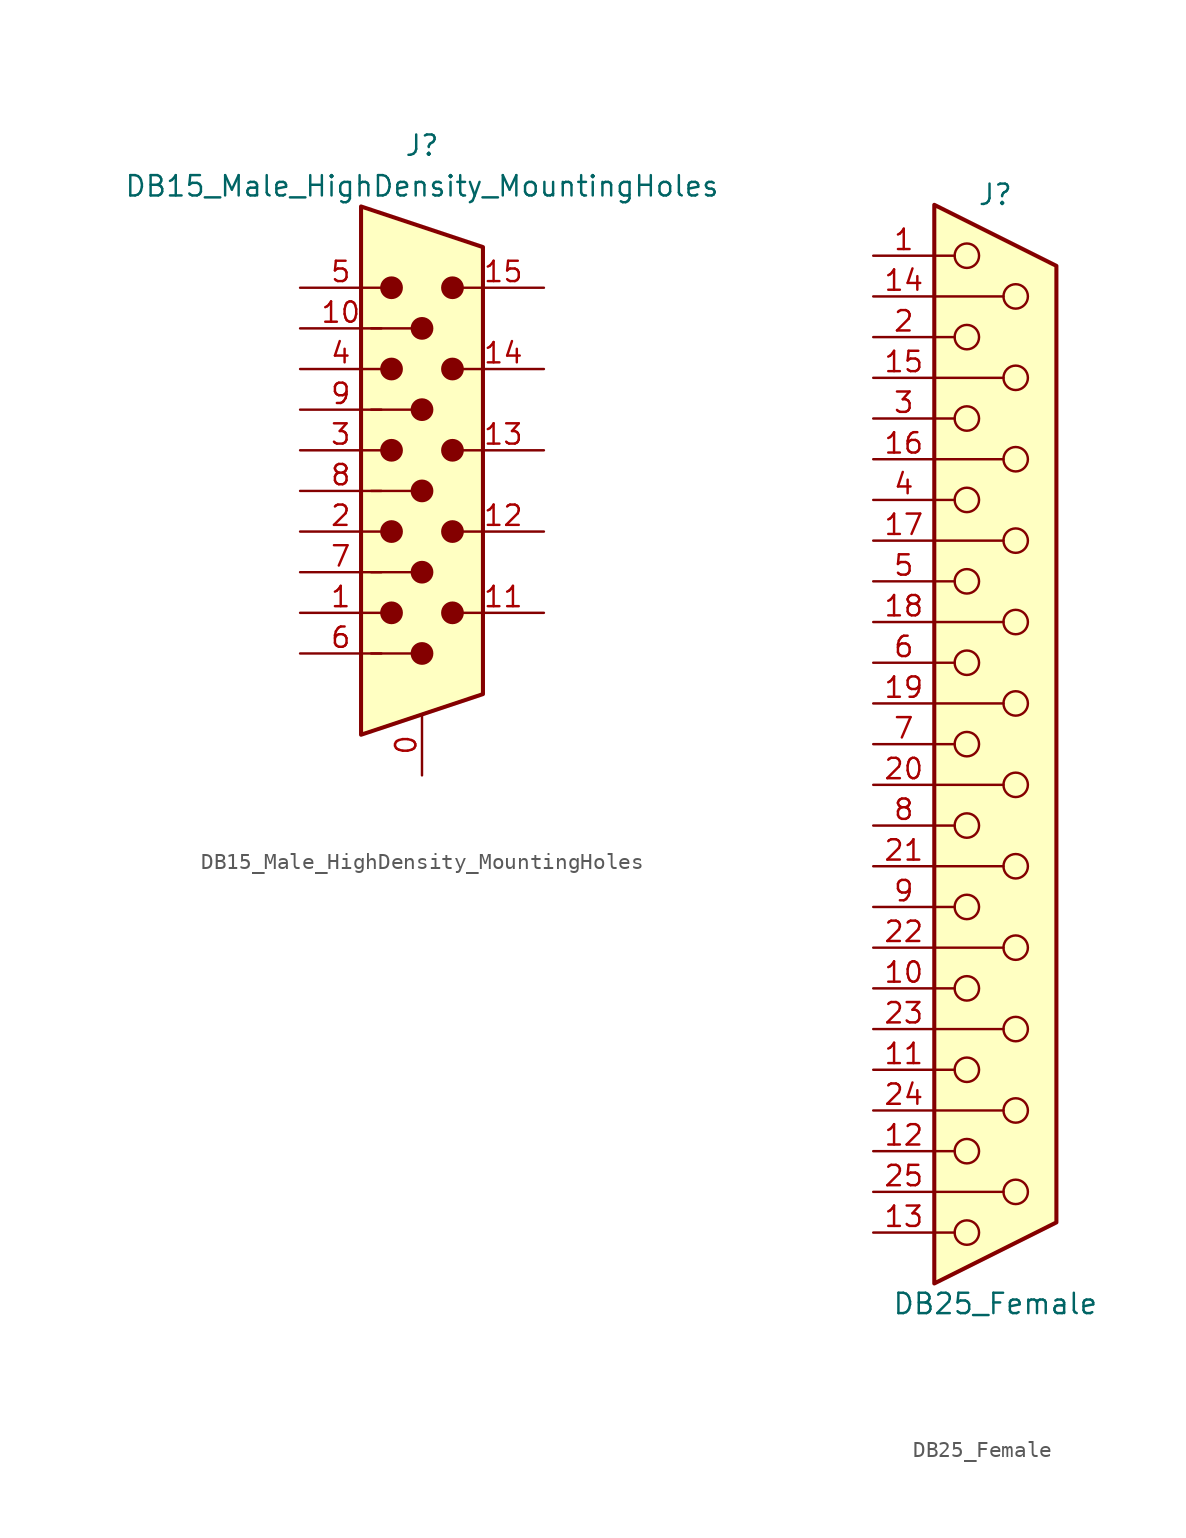
<source format=kicad_sym>
(kicad_symbol_lib
  (version 20220914)
  (generator kicad_symbol_editor)
  (symbol "DB15_Male_HighDensity_MountingHoles"
    (pin_names
      (offset 1.016) hide)
    (property "Reference" "J"
      (at 0 21.59 0)
      (effects (font (size 1.27 1.27))))
    (property "Value" "DB15_Male_HighDensity_MountingHoles"
      (at 0 19.05 0)
      (effects (font (size 1.27 1.27))))
    (symbol "DB15_Male_HighDensity_MountingHoles_0_1"
      (circle (center -1.905 -7.62) (radius 0.635) (stroke (width 0) (type default)) (fill (type outline)))
      (circle (center -1.905 -2.54) (radius 0.635) (stroke (width 0) (type default)) (fill (type outline)))
      (circle (center -1.905 2.54) (radius 0.635) (stroke (width 0) (type default)) (fill (type outline)))
      (circle (center -1.905 7.62) (radius 0.635) (stroke (width 0) (type default)) (fill (type outline)))
      (circle (center -1.905 12.7) (radius 0.635) (stroke (width 0) (type default)) (fill (type outline)))
      (circle (center 0 -10.16) (radius 0.635) (stroke (width 0) (type default)) (fill (type outline)))
      (circle (center 0 -5.08) (radius 0.635) (stroke (width 0) (type default)) (fill (type outline)))
      (polyline (pts (xy -3.175 -5.08) (xy -0.635 -5.08)) (stroke (width 0) (type default)) (fill (type none)))
      (polyline (pts (xy -0.635 -10.16) (xy -3.175 -10.16)) (stroke (width 0) (type default)) (fill (type none)))
      (polyline (pts (xy -0.635 0) (xy -3.175 0)) (stroke (width 0) (type default)) (fill (type none)))
      (polyline (pts (xy -0.635 5.08) (xy -3.175 5.08)) (stroke (width 0) (type default)) (fill (type none)))
      (polyline (pts (xy -0.635 10.16) (xy -3.175 10.16)) (stroke (width 0) (type default)) (fill (type none)))
      (polyline (pts (xy -3.81 17.78) (xy -3.81 -15.24) (xy 3.81 -12.7) (xy 3.81 15.24) (xy -3.81 17.78)) (stroke (width 0.254) (type default)) (fill (type background)))
      (circle (center 0 0) (radius 0.635) (stroke (width 0) (type default)) (fill (type outline)))
      (circle (center 0 5.08) (radius 0.635) (stroke (width 0) (type default)) (fill (type outline)))
      (circle (center 0 10.16) (radius 0.635) (stroke (width 0) (type default)) (fill (type outline)))
      (circle (center 1.905 -7.62) (radius 0.635) (stroke (width 0) (type default)) (fill (type outline)))
      (circle (center 1.905 -2.54) (radius 0.635) (stroke (width 0) (type default)) (fill (type outline)))
      (circle (center 1.905 2.54) (radius 0.635) (stroke (width 0) (type default)) (fill (type outline)))
      (circle (center 1.905 7.62) (radius 0.635) (stroke (width 0) (type default)) (fill (type outline)))
      (circle (center 1.905 12.7) (radius 0.635) (stroke (width 0) (type default)) (fill (type outline))))
    (symbol "DB15_Male_HighDensity_MountingHoles_1_1"
      (pin passive line (at 0 -17.78 90) (length 3.81) (name "~" (effects (font (size 1.27 1.27)))) (number "0" (effects (font (size 1.27 1.27)))))
      (pin passive line (at -7.62 -7.62 0) (length 5.08) (name "~" (effects (font (size 1.27 1.27)))) (number "1" (effects (font (size 1.27 1.27)))))
      (pin passive line (at -7.62 10.16 0) (length 5.08) (name "~" (effects (font (size 1.27 1.27)))) (number "10" (effects (font (size 1.27 1.27)))))
      (pin passive line (at 7.62 -7.62 180) (length 5.08) (name "~" (effects (font (size 1.27 1.27)))) (number "11" (effects (font (size 1.27 1.27)))))
      (pin passive line (at 7.62 -2.54 180) (length 5.08) (name "~" (effects (font (size 1.27 1.27)))) (number "12" (effects (font (size 1.27 1.27)))))
      (pin passive line (at 7.62 2.54 180) (length 5.08) (name "~" (effects (font (size 1.27 1.27)))) (number "13" (effects (font (size 1.27 1.27)))))
      (pin passive line (at 7.62 7.62 180) (length 5.08) (name "~" (effects (font (size 1.27 1.27)))) (number "14" (effects (font (size 1.27 1.27)))))
      (pin passive line (at 7.62 12.7 180) (length 5.08) (name "~" (effects (font (size 1.27 1.27)))) (number "15" (effects (font (size 1.27 1.27)))))
      (pin passive line (at -7.62 -2.54 0) (length 5.08) (name "~" (effects (font (size 1.27 1.27)))) (number "2" (effects (font (size 1.27 1.27)))))
      (pin passive line (at -7.62 2.54 0) (length 5.08) (name "~" (effects (font (size 1.27 1.27)))) (number "3" (effects (font (size 1.27 1.27)))))
      (pin passive line (at -7.62 7.62 0) (length 5.08) (name "~" (effects (font (size 1.27 1.27)))) (number "4" (effects (font (size 1.27 1.27)))))
      (pin passive line (at -7.62 12.7 0) (length 5.08) (name "~" (effects (font (size 1.27 1.27)))) (number "5" (effects (font (size 1.27 1.27)))))
      (pin passive line (at -7.62 -10.16 0) (length 5.08) (name "~" (effects (font (size 1.27 1.27)))) (number "6" (effects (font (size 1.27 1.27)))))
      (pin passive line (at -7.62 -5.08 0) (length 5.08) (name "~" (effects (font (size 1.27 1.27)))) (number "7" (effects (font (size 1.27 1.27)))))
      (pin passive line (at -7.62 0 0) (length 5.08) (name "~" (effects (font (size 1.27 1.27)))) (number "8" (effects (font (size 1.27 1.27)))))
      (pin passive line (at -7.62 5.08 0) (length 5.08) (name "~" (effects (font (size 1.27 1.27)))) (number "9" (effects (font (size 1.27 1.27)))))))
  (symbol "DB25_Female"
    (pin_names
      (offset 1.016) hide)
    (property "Reference" "J"
      (at 0 34.29 0)
      (effects (font (size 1.27 1.27))))
    (property "Value" "DB25_Female"
      (at 0 -34.925 0)
      (effects (font (size 1.27 1.27))))
    (symbol "DB25_Female_0_1"
      (circle (center -1.778 -30.48) (radius 0.762) (stroke (width 0) (type default)) (fill (type none)))
      (circle (center -1.778 -25.4) (radius 0.762) (stroke (width 0) (type default)) (fill (type none)))
      (circle (center -1.778 -20.32) (radius 0.762) (stroke (width 0) (type default)) (fill (type none)))
      (circle (center -1.778 -15.24) (radius 0.762) (stroke (width 0) (type default)) (fill (type none)))
      (circle (center -1.778 -10.16) (radius 0.762) (stroke (width 0) (type default)) (fill (type none)))
      (circle (center -1.778 -5.08) (radius 0.762) (stroke (width 0) (type default)) (fill (type none)))
      (circle (center -1.778 0) (radius 0.762) (stroke (width 0) (type default)) (fill (type none)))
      (circle (center -1.778 5.08) (radius 0.762) (stroke (width 0) (type default)) (fill (type none)))
      (circle (center -1.778 10.16) (radius 0.762) (stroke (width 0) (type default)) (fill (type none)))
      (circle (center -1.778 15.24) (radius 0.762) (stroke (width 0) (type default)) (fill (type none)))
      (circle (center -1.778 20.32) (radius 0.762) (stroke (width 0) (type default)) (fill (type none)))
      (circle (center -1.778 25.4) (radius 0.762) (stroke (width 0) (type default)) (fill (type none)))
      (circle (center -1.778 30.48) (radius 0.762) (stroke (width 0) (type default)) (fill (type none)))
      (polyline (pts (xy -3.81 -30.48) (xy -2.54 -30.48)) (stroke (width 0) (type default)) (fill (type none)))
      (polyline (pts (xy -3.81 -27.94) (xy 0.508 -27.94)) (stroke (width 0) (type default)) (fill (type none)))
      (polyline (pts (xy -3.81 -25.4) (xy -2.54 -25.4)) (stroke (width 0) (type default)) (fill (type none)))
      (polyline (pts (xy -3.81 -22.86) (xy 0.508 -22.86)) (stroke (width 0) (type default)) (fill (type none)))
      (polyline (pts (xy -3.81 -20.32) (xy -2.54 -20.32)) (stroke (width 0) (type default)) (fill (type none)))
      (polyline (pts (xy -3.81 -17.78) (xy 0.508 -17.78)) (stroke (width 0) (type default)) (fill (type none)))
      (polyline (pts (xy -3.81 -15.24) (xy -2.54 -15.24)) (stroke (width 0) (type default)) (fill (type none)))
      (polyline (pts (xy -3.81 -12.7) (xy 0.508 -12.7)) (stroke (width 0) (type default)) (fill (type none)))
      (polyline (pts (xy -3.81 -10.16) (xy -2.54 -10.16)) (stroke (width 0) (type default)) (fill (type none)))
      (polyline (pts (xy -3.81 -7.62) (xy 0.508 -7.62)) (stroke (width 0) (type default)) (fill (type none)))
      (polyline (pts (xy -3.81 -5.08) (xy -2.54 -5.08)) (stroke (width 0) (type default)) (fill (type none)))
      (polyline (pts (xy -3.81 -2.54) (xy 0.508 -2.54)) (stroke (width 0) (type default)) (fill (type none)))
      (polyline (pts (xy -3.81 0) (xy -2.54 0)) (stroke (width 0) (type default)) (fill (type none)))
      (polyline (pts (xy -3.81 2.54) (xy 0.508 2.54)) (stroke (width 0) (type default)) (fill (type none)))
      (polyline (pts (xy -3.81 5.08) (xy -2.54 5.08)) (stroke (width 0) (type default)) (fill (type none)))
      (polyline (pts (xy -3.81 7.62) (xy 0.508 7.62)) (stroke (width 0) (type default)) (fill (type none)))
      (polyline (pts (xy -3.81 10.16) (xy -2.54 10.16)) (stroke (width 0) (type default)) (fill (type none)))
      (polyline (pts (xy -3.81 12.7) (xy 0.508 12.7)) (stroke (width 0) (type default)) (fill (type none)))
      (polyline (pts (xy -3.81 15.24) (xy -2.54 15.24)) (stroke (width 0) (type default)) (fill (type none)))
      (polyline (pts (xy -3.81 17.78) (xy 0.508 17.78)) (stroke (width 0) (type default)) (fill (type none)))
      (polyline (pts (xy -3.81 20.32) (xy -2.54 20.32)) (stroke (width 0) (type default)) (fill (type none)))
      (polyline (pts (xy -3.81 22.86) (xy 0.508 22.86)) (stroke (width 0) (type default)) (fill (type none)))
      (polyline (pts (xy -3.81 25.4) (xy -2.54 25.4)) (stroke (width 0) (type default)) (fill (type none)))
      (polyline (pts (xy -3.81 27.94) (xy 0.508 27.94)) (stroke (width 0) (type default)) (fill (type none)))
      (polyline (pts (xy -3.81 30.48) (xy -2.54 30.48)) (stroke (width 0) (type default)) (fill (type none)))
      (polyline (pts (xy -3.81 33.655) (xy 3.81 29.845) (xy 3.81 -29.845) (xy -3.81 -33.655) (xy -3.81 33.655)) (stroke (width 0.254) (type default)) (fill (type background)))
      (circle (center 1.27 -27.94) (radius 0.762) (stroke (width 0) (type default)) (fill (type none)))
      (circle (center 1.27 -22.86) (radius 0.762) (stroke (width 0) (type default)) (fill (type none)))
      (circle (center 1.27 -17.78) (radius 0.762) (stroke (width 0) (type default)) (fill (type none)))
      (circle (center 1.27 -12.7) (radius 0.762) (stroke (width 0) (type default)) (fill (type none)))
      (circle (center 1.27 -7.62) (radius 0.762) (stroke (width 0) (type default)) (fill (type none)))
      (circle (center 1.27 -2.54) (radius 0.762) (stroke (width 0) (type default)) (fill (type none)))
      (circle (center 1.27 2.54) (radius 0.762) (stroke (width 0) (type default)) (fill (type none)))
      (circle (center 1.27 7.62) (radius 0.762) (stroke (width 0) (type default)) (fill (type none)))
      (circle (center 1.27 12.7) (radius 0.762) (stroke (width 0) (type default)) (fill (type none)))
      (circle (center 1.27 17.78) (radius 0.762) (stroke (width 0) (type default)) (fill (type none)))
      (circle (center 1.27 22.86) (radius 0.762) (stroke (width 0) (type default)) (fill (type none)))
      (circle (center 1.27 27.94) (radius 0.762) (stroke (width 0) (type default)) (fill (type none))))
    (symbol "DB25_Female_1_1"
      (pin passive line (at -7.62 30.48 0) (length 3.81) (name "1" (effects (font (size 1.27 1.27)))) (number "1" (effects (font (size 1.27 1.27)))))
      (pin passive line (at -7.62 -15.24 0) (length 3.81) (name "10" (effects (font (size 1.27 1.27)))) (number "10" (effects (font (size 1.27 1.27)))))
      (pin passive line (at -7.62 -20.32 0) (length 3.81) (name "11" (effects (font (size 1.27 1.27)))) (number "11" (effects (font (size 1.27 1.27)))))
      (pin passive line (at -7.62 -25.4 0) (length 3.81) (name "12" (effects (font (size 1.27 1.27)))) (number "12" (effects (font (size 1.27 1.27)))))
      (pin passive line (at -7.62 -30.48 0) (length 3.81) (name "13" (effects (font (size 1.27 1.27)))) (number "13" (effects (font (size 1.27 1.27)))))
      (pin passive line (at -7.62 27.94 0) (length 3.81) (name "P14" (effects (font (size 1.27 1.27)))) (number "14" (effects (font (size 1.27 1.27)))))
      (pin passive line (at -7.62 22.86 0) (length 3.81) (name "P15" (effects (font (size 1.27 1.27)))) (number "15" (effects (font (size 1.27 1.27)))))
      (pin passive line (at -7.62 17.78 0) (length 3.81) (name "P16" (effects (font (size 1.27 1.27)))) (number "16" (effects (font (size 1.27 1.27)))))
      (pin passive line (at -7.62 12.7 0) (length 3.81) (name "P17" (effects (font (size 1.27 1.27)))) (number "17" (effects (font (size 1.27 1.27)))))
      (pin passive line (at -7.62 7.62 0) (length 3.81) (name "P18" (effects (font (size 1.27 1.27)))) (number "18" (effects (font (size 1.27 1.27)))))
      (pin passive line (at -7.62 2.54 0) (length 3.81) (name "P19" (effects (font (size 1.27 1.27)))) (number "19" (effects (font (size 1.27 1.27)))))
      (pin passive line (at -7.62 25.4 0) (length 3.81) (name "2" (effects (font (size 1.27 1.27)))) (number "2" (effects (font (size 1.27 1.27)))))
      (pin passive line (at -7.62 -2.54 0) (length 3.81) (name "P20" (effects (font (size 1.27 1.27)))) (number "20" (effects (font (size 1.27 1.27)))))
      (pin passive line (at -7.62 -7.62 0) (length 3.81) (name "P21" (effects (font (size 1.27 1.27)))) (number "21" (effects (font (size 1.27 1.27)))))
      (pin passive line (at -7.62 -12.7 0) (length 3.81) (name "P22" (effects (font (size 1.27 1.27)))) (number "22" (effects (font (size 1.27 1.27)))))
      (pin passive line (at -7.62 -17.78 0) (length 3.81) (name "P23" (effects (font (size 1.27 1.27)))) (number "23" (effects (font (size 1.27 1.27)))))
      (pin passive line (at -7.62 -22.86 0) (length 3.81) (name "P24" (effects (font (size 1.27 1.27)))) (number "24" (effects (font (size 1.27 1.27)))))
      (pin passive line (at -7.62 -27.94 0) (length 3.81) (name "P25" (effects (font (size 1.27 1.27)))) (number "25" (effects (font (size 1.27 1.27)))))
      (pin passive line (at -7.62 20.32 0) (length 3.81) (name "3" (effects (font (size 1.27 1.27)))) (number "3" (effects (font (size 1.27 1.27)))))
      (pin passive line (at -7.62 15.24 0) (length 3.81) (name "4" (effects (font (size 1.27 1.27)))) (number "4" (effects (font (size 1.27 1.27)))))
      (pin passive line (at -7.62 10.16 0) (length 3.81) (name "5" (effects (font (size 1.27 1.27)))) (number "5" (effects (font (size 1.27 1.27)))))
      (pin passive line (at -7.62 5.08 0) (length 3.81) (name "6" (effects (font (size 1.27 1.27)))) (number "6" (effects (font (size 1.27 1.27)))))
      (pin passive line (at -7.62 0 0) (length 3.81) (name "7" (effects (font (size 1.27 1.27)))) (number "7" (effects (font (size 1.27 1.27)))))
      (pin passive line (at -7.62 -5.08 0) (length 3.81) (name "8" (effects (font (size 1.27 1.27)))) (number "8" (effects (font (size 1.27 1.27)))))
      (pin passive line (at -7.62 -10.16 0) (length 3.81) (name "9" (effects (font (size 1.27 1.27)))) (number "9" (effects (font (size 1.27 1.27))))))))
</source>
